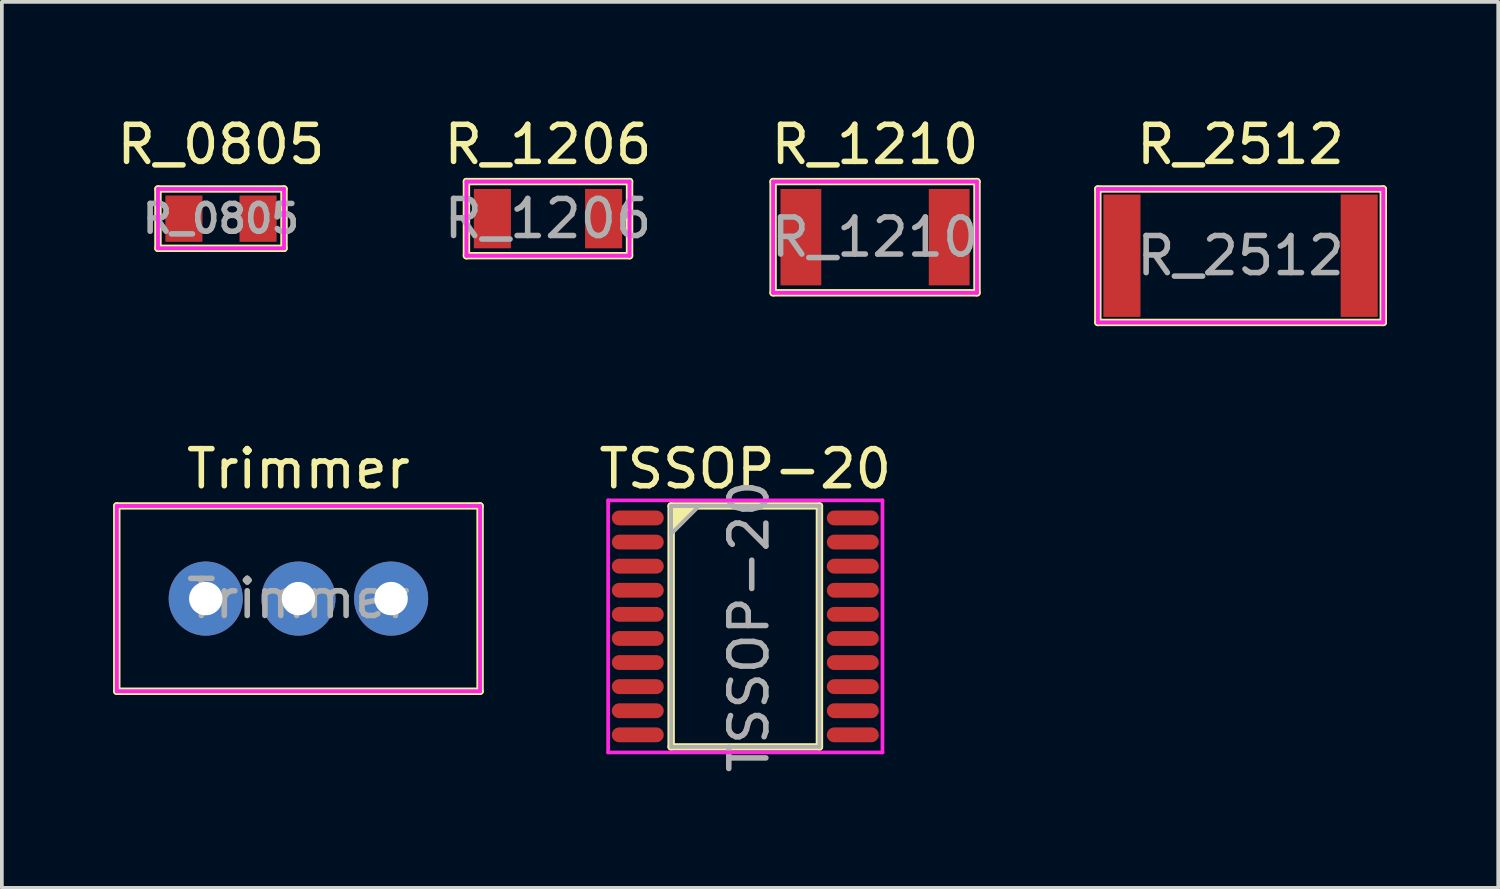
<source format=kicad_pcb>
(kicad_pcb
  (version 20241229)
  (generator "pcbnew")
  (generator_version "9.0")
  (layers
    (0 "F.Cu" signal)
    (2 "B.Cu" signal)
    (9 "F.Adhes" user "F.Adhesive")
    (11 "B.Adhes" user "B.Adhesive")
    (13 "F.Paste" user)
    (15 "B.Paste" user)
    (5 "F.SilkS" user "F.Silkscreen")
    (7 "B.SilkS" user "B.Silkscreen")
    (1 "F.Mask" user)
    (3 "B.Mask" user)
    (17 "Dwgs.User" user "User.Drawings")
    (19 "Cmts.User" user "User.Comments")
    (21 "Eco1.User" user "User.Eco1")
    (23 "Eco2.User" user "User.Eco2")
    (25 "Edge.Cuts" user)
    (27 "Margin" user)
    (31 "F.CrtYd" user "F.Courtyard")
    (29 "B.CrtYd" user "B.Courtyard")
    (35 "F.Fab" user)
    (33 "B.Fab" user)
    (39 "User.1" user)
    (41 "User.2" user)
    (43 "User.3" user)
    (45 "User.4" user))
  (footprint "R_1210"
    (layer "F.Cu")
    (at 20.554 3.348)
    (property "Reference" "R_1210" (at 0 -2.5 0) (layer "F.SilkS") (effects (font (size 1 1) (thickness 0.15))))
    (attr through_hole)
    (fp_line (start -2.75 -1.5) (end -2.75 1.5) (stroke (width 0.2) (type solid)) (layer "F.SilkS"))
    (fp_line (start -2.75 1.5) (end 2.75 1.5) (stroke (width 0.2) (type solid)) (layer "F.SilkS"))
    (fp_line (start 2.75 -1.5) (end -2.75 -1.5) (stroke (width 0.2) (type solid)) (layer "F.SilkS"))
    (fp_line (start 2.75 1.5) (end 2.75 -1.5) (stroke (width 0.2) (type solid)) (layer "F.SilkS"))
    (fp_line (start -2.75 -1.5) (end -2.75 1.5) (stroke (width 0.1) (type solid)) (layer "F.CrtYd"))
    (fp_line (start -2.75 1.5) (end 2.75 1.5) (stroke (width 0.1) (type solid)) (layer "F.CrtYd"))
    (fp_line (start 2.75 -1.5) (end -2.75 -1.5) (stroke (width 0.1) (type solid)) (layer "F.CrtYd"))
    (fp_line (start 2.75 1.5) (end 2.75 -1.5) (stroke (width 0.1) (type solid)) (layer "F.CrtYd"))
    (fp_line (start -2.75 -1.5) (end -2.75 1.5) (stroke (width 0.1) (type solid)) (layer "F.Fab"))
    (fp_line (start -2.75 1.5) (end 2.75 1.5) (stroke (width 0.1) (type solid)) (layer "F.Fab"))
    (fp_line (start 2.75 -1.5) (end -2.75 -1.5) (stroke (width 0.1) (type solid)) (layer "F.Fab"))
    (fp_line (start 2.75 1.5) (end 2.75 -1.5) (stroke (width 0.1) (type solid)) (layer "F.Fab"))
    (fp_text user "${REFERENCE}" (at 0 0 0) (layer "F.Fab") (effects (font (size 1 1) (thickness 0.15))))
    (pad "1" smd rect (at -2 0 90) (size 2.6 1.1) (layers "F.Cu" "F.Mask" "F.Paste"))
    (pad "1" smd rect (at 2 0 90) (size 2.6 1.1) (layers "F.Cu" "F.Mask" "F.Paste")))
  (footprint "R_1206"
    (layer "F.Cu")
    (at 11.732 2.848)
    (property "Reference" "R_1206" (at 0 -2 0) (layer "F.SilkS") (effects (font (size 1 1) (thickness 0.15))))
    (attr through_hole)
    (fp_line (start -2.2 -1) (end -2.2 1) (stroke (width 0.2) (type solid)) (layer "F.SilkS"))
    (fp_line (start -2.2 1) (end 2.2 1) (stroke (width 0.2) (type solid)) (layer "F.SilkS"))
    (fp_line (start 2.2 -1) (end -2.2 -1) (stroke (width 0.2) (type solid)) (layer "F.SilkS"))
    (fp_line (start 2.2 1) (end 2.2 -1) (stroke (width 0.2) (type solid)) (layer "F.SilkS"))
    (fp_line (start -2.2 -1) (end -2.2 1) (stroke (width 0.1) (type solid)) (layer "F.CrtYd"))
    (fp_line (start -2.2 1) (end 2.2 1) (stroke (width 0.1) (type solid)) (layer "F.CrtYd"))
    (fp_line (start 2.2 -1) (end -2.2 -1) (stroke (width 0.1) (type solid)) (layer "F.CrtYd"))
    (fp_line (start 2.2 1) (end 2.2 -1) (stroke (width 0.1) (type solid)) (layer "F.CrtYd"))
    (fp_line (start -2.2 -1) (end -2.2 1) (stroke (width 0.1) (type solid)) (layer "F.Fab"))
    (fp_line (start -2.2 1) (end 2.2 1) (stroke (width 0.1) (type solid)) (layer "F.Fab"))
    (fp_line (start 2.2 -1) (end -2.2 -1) (stroke (width 0.1) (type solid)) (layer "F.Fab"))
    (fp_line (start 2.2 1) (end 2.2 -1) (stroke (width 0.1) (type solid)) (layer "F.Fab"))
    (fp_text user "${REFERENCE}" (at 0 0 0) (layer "F.Fab") (effects (font (size 1 1) (thickness 0.15))))
    (pad "1" smd rect (at -1.5 0 90) (size 1.6 1) (layers "F.Cu" "F.Mask" "F.Paste"))
    (pad "1" smd rect (at 1.5 0 90) (size 1.6 1) (layers "F.Cu" "F.Mask" "F.Paste")))
  (footprint "R_0805"
    (layer "F.Cu")
    (at 2.911 2.848)
    (property "Reference" "R_0805" (at 0 -2 0) (layer "F.SilkS") (effects (font (size 1 1) (thickness 0.15))))
    (attr through_hole)
    (fp_line (start -1.7 -0.8) (end -1.7 0.8) (stroke (width 0.2) (type solid)) (layer "F.SilkS"))
    (fp_line (start -1.7 0.8) (end 1.7 0.8) (stroke (width 0.2) (type solid)) (layer "F.SilkS"))
    (fp_line (start 1.7 -0.8) (end -1.7 -0.8) (stroke (width 0.2) (type solid)) (layer "F.SilkS"))
    (fp_line (start 1.7 0.8) (end 1.7 -0.8) (stroke (width 0.2) (type solid)) (layer "F.SilkS"))
    (fp_line (start -1.7 -0.8) (end -1.7 0.8) (stroke (width 0.1) (type solid)) (layer "F.CrtYd"))
    (fp_line (start -1.7 0.8) (end 1.7 0.8) (stroke (width 0.1) (type solid)) (layer "F.CrtYd"))
    (fp_line (start 1.7 -0.8) (end -1.7 -0.8) (stroke (width 0.1) (type solid)) (layer "F.CrtYd"))
    (fp_line (start 1.7 0.8) (end 1.7 -0.8) (stroke (width 0.1) (type solid)) (layer "F.CrtYd"))
    (fp_line (start -1.7 -0.8) (end -1.7 0.8) (stroke (width 0.1) (type solid)) (layer "F.Fab"))
    (fp_line (start -1.7 0.8) (end 1.7 0.8) (stroke (width 0.1) (type solid)) (layer "F.Fab"))
    (fp_line (start 1.7 -0.8) (end -1.7 -0.8) (stroke (width 0.1) (type solid)) (layer "F.Fab"))
    (fp_line (start 1.7 0.8) (end 1.7 -0.8) (stroke (width 0.1) (type solid)) (layer "F.Fab"))
    (fp_text user "${REFERENCE}" (at 0 0 0) (layer "F.Fab") (effects (font (size 0.75 0.75) (thickness 0.15))))
    (pad "1" smd rect (at -1 0 90) (size 1.25 1) (layers "F.Cu" "F.Mask" "F.Paste"))
    (pad "2" smd rect (at 1 0 90) (size 1.25 1) (layers "F.Cu" "F.Mask" "F.Paste")))
  (footprint "TSSOP-20"
    (layer "F.Cu")
    (at 17.054 13.847)
    (property "Reference" "TSSOP-20" (at 0 -4.25 0) (layer "F.SilkS") (effects (font (size 1 1) (thickness 0.15))))
    (attr through_hole)
    (fp_line (start -2 -3.25) (end 2 -3.25) (stroke (width 0.2) (type solid)) (layer "F.SilkS"))
    (fp_line (start -2 3.25) (end -2 -3.25) (stroke (width 0.2) (type solid)) (layer "F.SilkS"))
    (fp_line (start 2 -3.25) (end 2 3.25) (stroke (width 0.2) (type solid)) (layer "F.SilkS"))
    (fp_line (start 2 3.25) (end -2 3.25) (stroke (width 0.2) (type solid)) (layer "F.SilkS"))
    (fp_poly (pts (xy -2 -2.5) (xy -2 -3.25) (xy -1.25 -3.25)) (stroke (width 0.1) (type solid)) (fill yes) (layer "F.SilkS"))
    (fp_line (start -3.7 -3.4) (end -3.7 3.4) (stroke (width 0.1) (type solid)) (layer "F.CrtYd"))
    (fp_line (start -3.7 3.4) (end 3.7 3.4) (stroke (width 0.1) (type solid)) (layer "F.CrtYd"))
    (fp_line (start 3.7 -3.4) (end -3.7 -3.4) (stroke (width 0.1) (type solid)) (layer "F.CrtYd"))
    (fp_line (start 3.7 3.4) (end 3.7 -3.4) (stroke (width 0.1) (type solid)) (layer "F.CrtYd"))
    (fp_line (start -2 -3.25) (end 2 -3.25) (stroke (width 0.1) (type solid)) (layer "F.Fab"))
    (fp_line (start -2 3.25) (end -2 -3.25) (stroke (width 0.1) (type solid)) (layer "F.Fab"))
    (fp_line (start 2 -3.25) (end 2 3.25) (stroke (width 0.1) (type solid)) (layer "F.Fab"))
    (fp_line (start 2 3.25) (end -2 3.25) (stroke (width 0.1) (type solid)) (layer "F.Fab"))
    (fp_poly (pts (xy -2 -2.5) (xy -2 -3.25) (xy -1.25 -3.25)) (stroke (width 0.1) (type solid)) (fill no) (layer "F.Fab"))
    (fp_text user "${REFERENCE}" (at 0.1 0 90) (layer "F.Fab") (effects (font (size 1 1) (thickness 0.15))))
    (pad "1" smd oval (at -2.9 -2.925) (size 1.4 0.4) (layers "F.Cu" "F.Mask" "F.Paste"))
    (pad "2" smd oval (at -2.9 -2.275) (size 1.4 0.4) (layers "F.Cu" "F.Mask" "F.Paste"))
    (pad "3" smd oval (at -2.9 -1.625) (size 1.4 0.4) (layers "F.Cu" "F.Mask" "F.Paste"))
    (pad "4" smd oval (at -2.9 -0.975) (size 1.4 0.4) (layers "F.Cu" "F.Mask" "F.Paste"))
    (pad "5" smd oval (at -2.9 -0.325) (size 1.4 0.4) (layers "F.Cu" "F.Mask" "F.Paste"))
    (pad "6" smd oval (at -2.9 0.325) (size 1.4 0.4) (layers "F.Cu" "F.Mask" "F.Paste"))
    (pad "7" smd oval (at -2.9 0.975) (size 1.4 0.4) (layers "F.Cu" "F.Mask" "F.Paste"))
    (pad "8" smd oval (at -2.9 1.625) (size 1.4 0.4) (layers "F.Cu" "F.Mask" "F.Paste"))
    (pad "9" smd oval (at -2.9 2.275) (size 1.4 0.4) (layers "F.Cu" "F.Mask" "F.Paste"))
    (pad "10" smd oval (at -2.9 2.925) (size 1.4 0.4) (layers "F.Cu" "F.Mask" "F.Paste"))
    (pad "11" smd oval (at 2.9 2.925) (size 1.4 0.4) (layers "F.Cu" "F.Mask" "F.Paste"))
    (pad "12" smd oval (at 2.9 2.275) (size 1.4 0.4) (layers "F.Cu" "F.Mask" "F.Paste"))
    (pad "13" smd oval (at 2.9 1.625) (size 1.4 0.4) (layers "F.Cu" "F.Mask" "F.Paste"))
    (pad "14" smd oval (at 2.9 0.975) (size 1.4 0.4) (layers "F.Cu" "F.Mask" "F.Paste"))
    (pad "15" smd oval (at 2.9 0.325) (size 1.4 0.4) (layers "F.Cu" "F.Mask" "F.Paste"))
    (pad "16" smd oval (at 2.9 -0.325) (size 1.4 0.4) (layers "F.Cu" "F.Mask" "F.Paste"))
    (pad "17" smd oval (at 2.9 -0.975) (size 1.4 0.4) (layers "F.Cu" "F.Mask" "F.Paste"))
    (pad "18" smd oval (at 2.9 -1.625) (size 1.4 0.4) (layers "F.Cu" "F.Mask" "F.Paste"))
    (pad "19" smd oval (at 2.9 -2.275) (size 1.4 0.4) (layers "F.Cu" "F.Mask" "F.Paste"))
    (pad "20" smd oval (at 2.9 -2.925) (size 1.4 0.4) (layers "F.Cu" "F.Mask" "F.Paste")))
  (footprint "R_2512"
    (layer "F.Cu")
    (at 30.414 3.848)
    (property "Reference" "R_2512" (at 0 -3 0) (layer "F.SilkS") (effects (font (size 1 1) (thickness 0.15))))
    (attr through_hole)
    (fp_line (start -3.85 -1.8) (end -3.85 1.8) (stroke (width 0.2) (type solid)) (layer "F.SilkS"))
    (fp_line (start -3.85 1.8) (end 3.85 1.8) (stroke (width 0.2) (type solid)) (layer "F.SilkS"))
    (fp_line (start 3.85 -1.8) (end -3.85 -1.8) (stroke (width 0.2) (type solid)) (layer "F.SilkS"))
    (fp_line (start 3.85 1.8) (end 3.85 -1.8) (stroke (width 0.2) (type solid)) (layer "F.SilkS"))
    (fp_line (start -3.85 -1.8) (end -3.85 1.8) (stroke (width 0.1) (type solid)) (layer "F.CrtYd"))
    (fp_line (start -3.85 1.8) (end 3.85 1.8) (stroke (width 0.1) (type solid)) (layer "F.CrtYd"))
    (fp_line (start 3.85 -1.8) (end -3.85 -1.8) (stroke (width 0.1) (type solid)) (layer "F.CrtYd"))
    (fp_line (start 3.85 1.8) (end 3.85 -1.8) (stroke (width 0.1) (type solid)) (layer "F.CrtYd"))
    (fp_line (start -3.85 -1.8) (end -3.85 1.8) (stroke (width 0.1) (type solid)) (layer "F.Fab"))
    (fp_line (start -3.85 1.8) (end 3.85 1.8) (stroke (width 0.1) (type solid)) (layer "F.Fab"))
    (fp_line (start 3.85 -1.8) (end -3.85 -1.8) (stroke (width 0.1) (type solid)) (layer "F.Fab"))
    (fp_line (start 3.85 1.8) (end 3.85 -1.8) (stroke (width 0.1) (type solid)) (layer "F.Fab"))
    (fp_text user "${REFERENCE}" (at 0 0 0) (layer "F.Fab") (effects (font (size 1 1) (thickness 0.15))))
    (pad "1" smd rect (at -3.2 0 90) (size 3.3 1) (layers "F.Cu" "F.Mask" "F.Paste"))
    (pad "2" smd rect (at 3.2 0 90) (size 3.3 1) (layers "F.Cu" "F.Mask" "F.Paste")))
  (footprint "Trimmer"
    (layer "F.Cu")
    (at 5 13.097)
    (property "Reference" "Trimmer" (at 0 -3.5 0) (layer "F.SilkS") (effects (font (size 1 1) (thickness 0.15))))
    (attr through_hole)
    (fp_line (start -4.9 -2.5) (end 4.9 -2.5) (stroke (width 0.2) (type solid)) (layer "F.SilkS"))
    (fp_line (start -4.9 2.5) (end -4.9 -2.5) (stroke (width 0.2) (type solid)) (layer "F.SilkS"))
    (fp_line (start 4.9 -2.5) (end 4.9 2.5) (stroke (width 0.2) (type solid)) (layer "F.SilkS"))
    (fp_line (start 4.9 2.5) (end -4.9 2.5) (stroke (width 0.2) (type solid)) (layer "F.SilkS"))
    (fp_line (start -4.9 -2.5) (end 4.9 -2.5) (stroke (width 0.1) (type solid)) (layer "F.CrtYd"))
    (fp_line (start -4.9 2.5) (end -4.9 -2.5) (stroke (width 0.1) (type solid)) (layer "F.CrtYd"))
    (fp_line (start 4.9 -2.5) (end 4.9 2.5) (stroke (width 0.1) (type solid)) (layer "F.CrtYd"))
    (fp_line (start 4.9 2.5) (end -4.9 2.5) (stroke (width 0.1) (type solid)) (layer "F.CrtYd"))
    (fp_line (start -4.9 -2.5) (end 4.9 -2.5) (stroke (width 0.1) (type solid)) (layer "F.Fab"))
    (fp_line (start -4.9 2.5) (end -4.9 -2.5) (stroke (width 0.1) (type solid)) (layer "F.Fab"))
    (fp_line (start 4.9 -2.5) (end 4.9 2.5) (stroke (width 0.1) (type solid)) (layer "F.Fab"))
    (fp_line (start 4.9 2.5) (end -4.9 2.5) (stroke (width 0.1) (type solid)) (layer "F.Fab"))
    (fp_text user "${REFERENCE}" (at 0 0 0) (layer "F.Fab") (effects (font (size 1 1) (thickness 0.15))))
    (pad "1" thru_hole circle (at -2.5 0 90) (size 2 2) (drill 0.9) (layers "*.Cu" "*.Mask"))
    (pad "2" thru_hole circle (at 0 0 90) (size 2 2) (drill 0.9) (layers "*.Cu" "*.Mask"))
    (pad "3" thru_hole circle (at 2.5 0 90) (size 2 2) (drill 0.9) (layers "*.Cu" "*.Mask")))
  (gr_rect
    (start -3 -3)
    (end 37.364 20.9)
    (stroke (width 0.1) (type default))
    (fill no)
    (layer "Edge.Cuts")))
</source>
